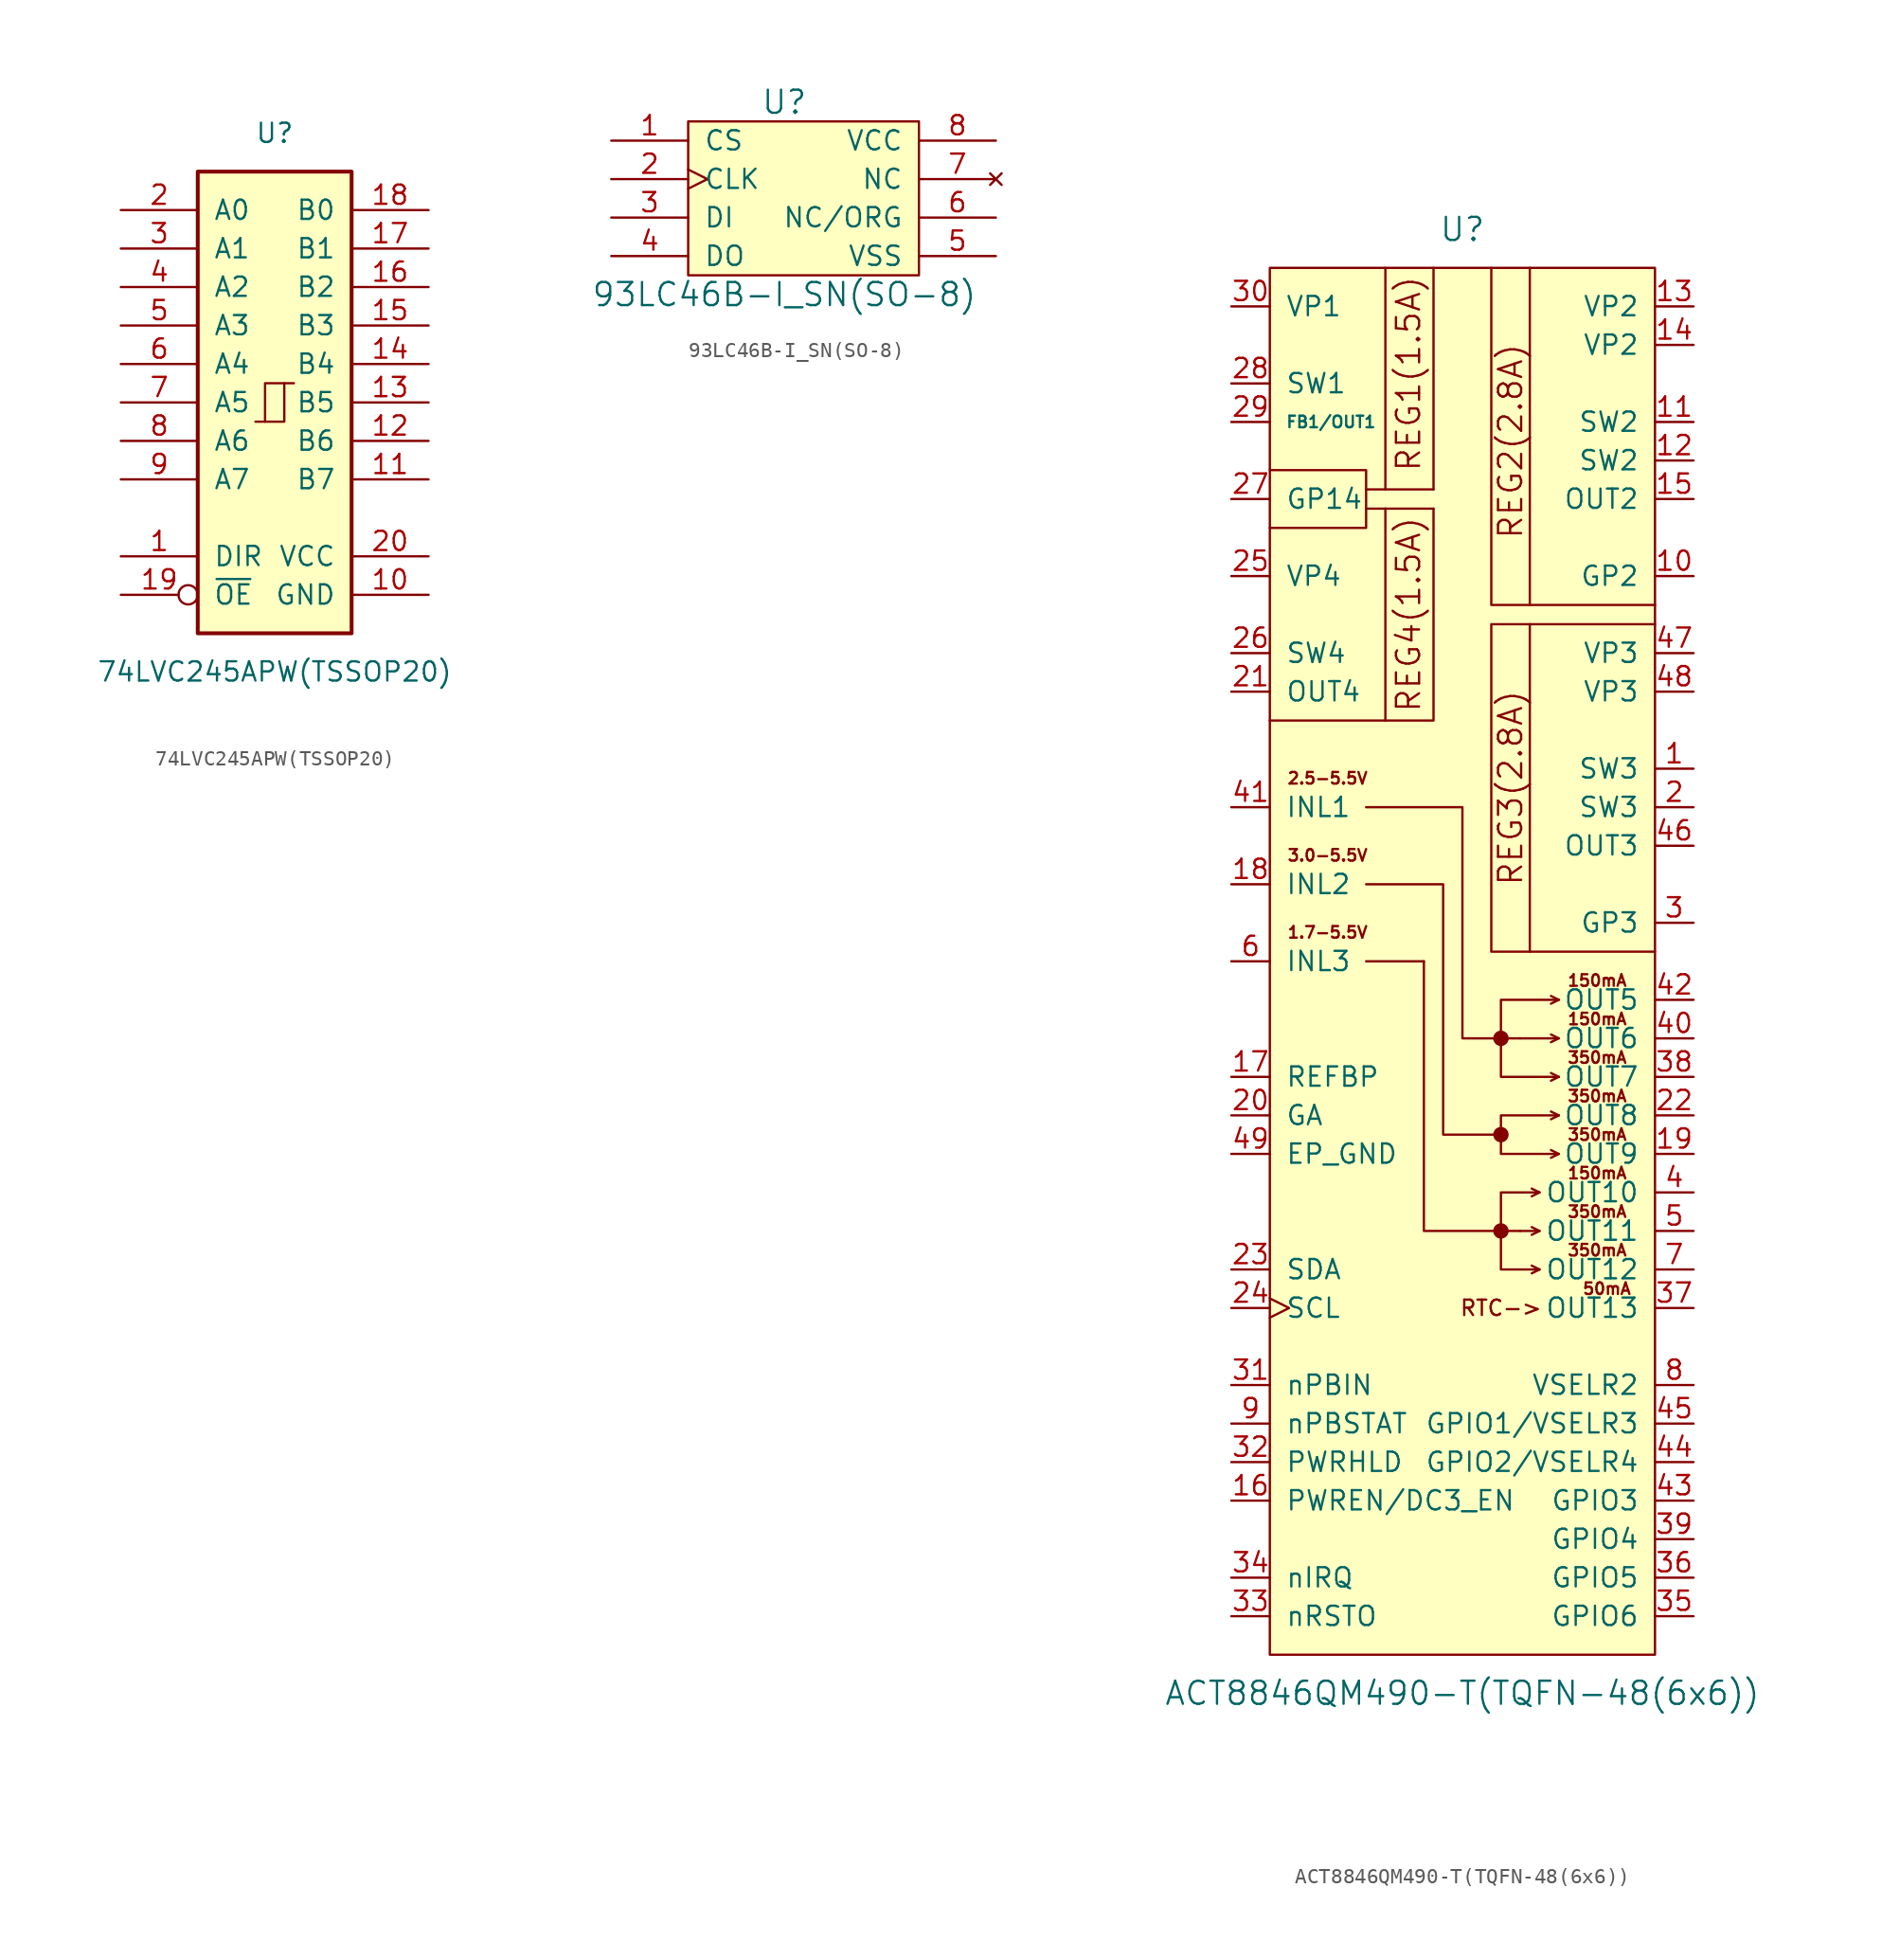
<source format=kicad_sym>
(kicad_symbol_lib
  (version 20220914)
  (generator kicad_symbol_editor)
  (symbol "74LVC245APW(TSSOP20)"
    (pin_names
      (offset 1.016))
    (property "Reference" "U"
      (at 0 17.78 0)
      (effects (font (size 1.27 1.27))))
    (property "Value" "74LVC245APW(TSSOP20)"
      (at 0 -17.78 0)
      (effects (font (size 1.27 1.27))))
    (symbol "74LVC245APW(TSSOP20)_1_0"
      (polyline (pts (xy -0.635 -1.27) (xy -0.635 1.27) (xy 0.635 1.27)) (stroke (width 0) (type solid)) (fill (type none)))
      (polyline (pts (xy -1.27 -1.27) (xy 0.635 -1.27) (xy 0.635 1.27) (xy 1.27 1.27)) (stroke (width 0) (type solid)) (fill (type none)))
      (pin input line (at -10.16 -10.16 0) (length 5.08) (name "DIR" (effects (font (size 1.27 1.27)))) (number "1" (effects (font (size 1.27 1.27)))))
      (pin power_in line (at 10.16 -12.7 180) (length 5.08) (name "GND" (effects (font (size 1.27 1.27)))) (number "10" (effects (font (size 1.27 1.27)))))
      (pin tri_state line (at 10.16 -5.08 180) (length 5.08) (name "B7" (effects (font (size 1.27 1.27)))) (number "11" (effects (font (size 1.27 1.27)))))
      (pin tri_state line (at 10.16 -2.54 180) (length 5.08) (name "B6" (effects (font (size 1.27 1.27)))) (number "12" (effects (font (size 1.27 1.27)))))
      (pin tri_state line (at 10.16 0 180) (length 5.08) (name "B5" (effects (font (size 1.27 1.27)))) (number "13" (effects (font (size 1.27 1.27)))))
      (pin tri_state line (at 10.16 2.54 180) (length 5.08) (name "B4" (effects (font (size 1.27 1.27)))) (number "14" (effects (font (size 1.27 1.27)))))
      (pin tri_state line (at 10.16 5.08 180) (length 5.08) (name "B3" (effects (font (size 1.27 1.27)))) (number "15" (effects (font (size 1.27 1.27)))))
      (pin tri_state line (at 10.16 7.62 180) (length 5.08) (name "B2" (effects (font (size 1.27 1.27)))) (number "16" (effects (font (size 1.27 1.27)))))
      (pin tri_state line (at 10.16 10.16 180) (length 5.08) (name "B1" (effects (font (size 1.27 1.27)))) (number "17" (effects (font (size 1.27 1.27)))))
      (pin tri_state line (at 10.16 12.7 180) (length 5.08) (name "B0" (effects (font (size 1.27 1.27)))) (number "18" (effects (font (size 1.27 1.27)))))
      (pin input inverted (at -10.16 -12.7 0) (length 5.08) (name "~{OE}" (effects (font (size 1.27 1.27)))) (number "19" (effects (font (size 1.27 1.27)))))
      (pin tri_state line (at -10.16 12.7 0) (length 5.08) (name "A0" (effects (font (size 1.27 1.27)))) (number "2" (effects (font (size 1.27 1.27)))))
      (pin power_in line (at 10.16 -10.16 180) (length 5.08) (name "VCC" (effects (font (size 1.27 1.27)))) (number "20" (effects (font (size 1.27 1.27)))))
      (pin tri_state line (at -10.16 10.16 0) (length 5.08) (name "A1" (effects (font (size 1.27 1.27)))) (number "3" (effects (font (size 1.27 1.27)))))
      (pin tri_state line (at -10.16 7.62 0) (length 5.08) (name "A2" (effects (font (size 1.27 1.27)))) (number "4" (effects (font (size 1.27 1.27)))))
      (pin tri_state line (at -10.16 5.08 0) (length 5.08) (name "A3" (effects (font (size 1.27 1.27)))) (number "5" (effects (font (size 1.27 1.27)))))
      (pin tri_state line (at -10.16 2.54 0) (length 5.08) (name "A4" (effects (font (size 1.27 1.27)))) (number "6" (effects (font (size 1.27 1.27)))))
      (pin tri_state line (at -10.16 0 0) (length 5.08) (name "A5" (effects (font (size 1.27 1.27)))) (number "7" (effects (font (size 1.27 1.27)))))
      (pin tri_state line (at -10.16 -2.54 0) (length 5.08) (name "A6" (effects (font (size 1.27 1.27)))) (number "8" (effects (font (size 1.27 1.27)))))
      (pin tri_state line (at -10.16 -5.08 0) (length 5.08) (name "A7" (effects (font (size 1.27 1.27)))) (number "9" (effects (font (size 1.27 1.27))))))
    (symbol "74LVC245APW(TSSOP20)_1_1"
      (rectangle (start -5.08 15.24) (end 5.08 -15.24) (stroke (width 0.254) (type solid)) (fill (type background)))))
  (symbol "93LC46B-I_SN(SO-8)"
    (pin_names
      (offset 1.016))
    (property "Reference" "U"
      (at -1.27 5.08 0)
      (effects (font (size 1.524 1.524))))
    (property "Value" "93LC46B-I_SN(SO-8)"
      (at -1.27 -7.62 0)
      (effects (font (size 1.524 1.524))))
    (symbol "93LC46B-I_SN(SO-8)_0_1"
      (rectangle (start -7.62 3.81) (end 7.62 -6.35) (stroke (width 0) (type solid)) (fill (type background))))
    (symbol "93LC46B-I_SN(SO-8)_1_1"
      (pin input line (at -12.7 2.54 0) (length 5.08) (name "CS" (effects (font (size 1.27 1.27)))) (number "1" (effects (font (size 1.27 1.27)))))
      (pin input clock (at -12.7 0 0) (length 5.08) (name "CLK" (effects (font (size 1.27 1.27)))) (number "2" (effects (font (size 1.27 1.27)))))
      (pin input line (at -12.7 -2.54 0) (length 5.08) (name "DI" (effects (font (size 1.27 1.27)))) (number "3" (effects (font (size 1.27 1.27)))))
      (pin output line (at -12.7 -5.08 0) (length 5.08) (name "DO" (effects (font (size 1.27 1.27)))) (number "4" (effects (font (size 1.27 1.27)))))
      (pin power_in line (at 12.7 -5.08 180) (length 5.08) (name "VSS" (effects (font (size 1.27 1.27)))) (number "5" (effects (font (size 1.27 1.27)))))
      (pin input line (at 12.7 -2.54 180) (length 5.08) (name "NC/ORG" (effects (font (size 1.27 1.27)))) (number "6" (effects (font (size 1.27 1.27)))))
      (pin no_connect line (at 12.7 0 180) (length 5.08) (name "NC" (effects (font (size 1.27 1.27)))) (number "7" (effects (font (size 1.27 1.27)))))
      (pin power_in line (at 12.7 2.54 180) (length 5.08) (name "VCC" (effects (font (size 1.27 1.27)))) (number "8" (effects (font (size 1.27 1.27)))))))
  (symbol "ACT8846QM490-T(TQFN-48(6x6))"
    (pin_names
      (offset 1.016))
    (property "Reference" "U"
      (at 0 48.26 0)
      (effects (font (size 1.524 1.524))))
    (property "Value" "ACT8846QM490-T(TQFN-48(6x6))"
      (at 0 -48.26 0)
      (effects (font (size 1.524 1.524))))
    (symbol "ACT8846QM490-T(TQFN-48(6x6))_0_0"
      (polyline (pts (xy -5.08 29.845) (xy -6.35 29.845)) (stroke (width 0) (type solid)) (fill (type none)))
      (polyline (pts (xy -5.08 31.115) (xy -6.35 31.115)) (stroke (width 0) (type solid)) (fill (type none)))
      (polyline (pts (xy -5.08 31.115) (xy -5.08 45.72)) (stroke (width 0) (type solid)) (fill (type none)))
      (polyline (pts (xy -2.54 0) (xy -6.35 0)) (stroke (width 0) (type solid)) (fill (type none)))
      (polyline (pts (xy -1.905 29.845) (xy -5.08 29.845)) (stroke (width 0) (type solid)) (fill (type none)))
      (polyline (pts (xy -1.905 31.115) (xy -5.08 31.115)) (stroke (width 0) (type solid)) (fill (type none)))
      (polyline (pts (xy -1.905 31.115) (xy -1.905 45.72)) (stroke (width 0) (type solid)) (fill (type none)))
      (polyline (pts (xy 3.81 -17.78) (xy 5.08 -17.78)) (stroke (width 0) (type solid)) (fill (type none)))
      (polyline (pts (xy 3.81 -5.08) (xy 6.35 -5.08)) (stroke (width 0) (type solid)) (fill (type none)))
      (polyline (pts (xy 5.08 -20.32) (xy 4.572 -20.574)) (stroke (width 0) (type solid)) (fill (type none)))
      (polyline (pts (xy 5.08 -20.32) (xy 4.572 -20.066)) (stroke (width 0) (type solid)) (fill (type none)))
      (polyline (pts (xy 5.08 -17.78) (xy 4.572 -18.034)) (stroke (width 0) (type solid)) (fill (type none)))
      (polyline (pts (xy 5.08 -17.78) (xy 4.572 -17.526)) (stroke (width 0) (type solid)) (fill (type none)))
      (polyline (pts (xy 5.08 -15.24) (xy 4.572 -15.494)) (stroke (width 0) (type solid)) (fill (type none)))
      (polyline (pts (xy 5.08 -15.24) (xy 4.572 -14.986)) (stroke (width 0) (type solid)) (fill (type none)))
      (polyline (pts (xy 5.842 -2.286) (xy 6.35 -2.54)) (stroke (width 0) (type solid)) (fill (type none)))
      (polyline (pts (xy 6.35 -12.7) (xy 5.842 -12.954)) (stroke (width 0) (type solid)) (fill (type none)))
      (polyline (pts (xy 6.35 -12.7) (xy 5.842 -12.446)) (stroke (width 0) (type solid)) (fill (type none)))
      (polyline (pts (xy 6.35 -10.16) (xy 5.842 -10.414)) (stroke (width 0) (type solid)) (fill (type none)))
      (polyline (pts (xy 6.35 -10.16) (xy 5.842 -9.906)) (stroke (width 0) (type solid)) (fill (type none)))
      (polyline (pts (xy 6.35 -7.62) (xy 5.842 -7.874)) (stroke (width 0) (type solid)) (fill (type none)))
      (polyline (pts (xy 6.35 -7.62) (xy 5.842 -7.366)) (stroke (width 0) (type solid)) (fill (type none)))
      (polyline (pts (xy 6.35 -5.08) (xy 5.842 -5.334)) (stroke (width 0) (type solid)) (fill (type none)))
      (polyline (pts (xy 6.35 -5.08) (xy 5.842 -4.826)) (stroke (width 0) (type solid)) (fill (type none)))
      (polyline (pts (xy 6.35 -2.54) (xy 5.842 -2.794)) (stroke (width 0) (type solid)) (fill (type none)))
      (polyline (pts (xy -1.905 29.845) (xy -1.905 15.875) (xy -5.08 15.875)) (stroke (width 0) (type solid)) (fill (type none)))
      (polyline (pts (xy 3.81 -17.78) (xy -2.54 -17.78) (xy -2.54 0)) (stroke (width 0) (type solid)) (fill (type none)))
      (polyline (pts (xy 12.7 23.495) (xy 4.445 23.495) (xy 4.445 45.72)) (stroke (width 0) (type solid)) (fill (type none)))
      (polyline (pts (xy -12.7 32.385) (xy -6.35 32.385) (xy -6.35 28.575) (xy -12.7 28.575)) (stroke (width 0) (type solid)) (fill (type none)))
      (polyline (pts (xy 1.905 45.72) (xy 1.905 23.495) (xy 3.175 23.495) (xy 4.445 23.495)) (stroke (width 0) (type solid)) (fill (type none)))
      (polyline (pts (xy 2.54 -11.43) (xy -1.27 -11.43) (xy -1.27 5.08) (xy -6.35 5.08)) (stroke (width 0) (type solid)) (fill (type none)))
      (polyline (pts (xy 3.81 -5.08) (xy 0 -5.08) (xy 0 10.16) (xy -6.35 10.16)) (stroke (width 0) (type solid)) (fill (type none)))
      (polyline (pts (xy 4.445 22.225) (xy 1.905 22.225) (xy 1.905 0.635) (xy 4.445 0.635)) (stroke (width 0) (type solid)) (fill (type none)))
      (polyline (pts (xy 5.08 -15.24) (xy 2.54 -15.24) (xy 2.54 -20.32) (xy 5.08 -20.32)) (stroke (width 0) (type solid)) (fill (type none)))
      (polyline (pts (xy 6.35 -12.7) (xy 2.54 -12.7) (xy 2.54 -10.16) (xy 6.35 -10.16)) (stroke (width 0) (type solid)) (fill (type none)))
      (polyline (pts (xy 6.35 -7.62) (xy 2.54 -7.62) (xy 2.54 -2.54) (xy 6.35 -2.54)) (stroke (width 0) (type solid)) (fill (type none)))
      (polyline (pts (xy 12.7 22.225) (xy 4.445 22.225) (xy 4.445 0.635) (xy 12.7 0.635)) (stroke (width 0) (type solid)) (fill (type none)))
      (circle (center 2.54 -17.78) (radius 0.254) (stroke (width 0.508) (type solid)) (fill (type none)))
      (circle (center 2.54 -11.43) (radius 0.254) (stroke (width 0.508) (type solid)) (fill (type none)))
      (circle (center 2.54 -5.08) (radius 0.254) (stroke (width 0.508) (type solid)) (fill (type none)))
      (text "1.7-5.5V" (at -8.89 1.905 0) (effects (font (size 0.762 0.762))))
      (text "150mA" (at 8.89 -13.97 0) (effects (font (size 0.762 0.762))))
      (text "150mA" (at 8.89 -3.81 0) (effects (font (size 0.762 0.762))))
      (text "150mA" (at 8.89 -1.27 0) (effects (font (size 0.762 0.762))))
      (text "2.5-5.5V" (at -8.89 12.065 0) (effects (font (size 0.762 0.762))))
      (text "3.0-5.5V" (at -8.89 6.985 0) (effects (font (size 0.762 0.762))))
      (text "350mA" (at 8.89 -19.05 0) (effects (font (size 0.762 0.762))))
      (text "350mA" (at 8.89 -16.51 0) (effects (font (size 0.762 0.762))))
      (text "350mA" (at 8.89 -11.43 0) (effects (font (size 0.762 0.762))))
      (text "350mA" (at 8.89 -8.89 0) (effects (font (size 0.762 0.762))))
      (text "350mA" (at 8.89 -6.35 0) (effects (font (size 0.762 0.762))))
      (text "50mA" (at 9.525 -21.59 0) (effects (font (size 0.762 0.762))))
      (text "REG1(1.5A)" (at -3.556 38.735 900) (effects (font (size 1.524 1.524))))
      (text "REG2(2.8A)" (at 3.175 34.29 900) (effects (font (size 1.524 1.524))))
      (text "REG3(2.8A)" (at 3.175 11.43 900) (effects (font (size 1.524 1.524))))
      (text "REG4(1.5A)" (at -3.556 22.86 900) (effects (font (size 1.524 1.524))))
      (text "RTC->" (at 2.54 -22.86 0) (effects (font (size 1.016 1.016)))))
    (symbol "ACT8846QM490-T(TQFN-48(6x6))_0_1"
      (rectangle (start -12.7 45.72) (end 12.7 -45.72) (stroke (width 0) (type solid)) (fill (type background)))
      (polyline (pts (xy -12.7 15.875) (xy -5.08 15.875) (xy -5.08 29.845)) (stroke (width 0) (type solid)) (fill (type none))))
    (symbol "ACT8846QM490-T(TQFN-48(6x6))_1_1"
      (pin output line (at 15.24 12.7 180) (length 2.54) (name "SW3" (effects (font (size 1.27 1.27)))) (number "1" (effects (font (size 1.27 1.27)))))
      (pin power_in line (at 15.24 25.4 180) (length 2.54) (name "GP2" (effects (font (size 1.27 1.27)))) (number "10" (effects (font (size 1.27 1.27)))))
      (pin output line (at 15.24 35.56 180) (length 2.54) (name "SW2" (effects (font (size 1.27 1.27)))) (number "11" (effects (font (size 1.27 1.27)))))
      (pin input line (at 15.24 33.02 180) (length 2.54) (name "SW2" (effects (font (size 1.27 1.27)))) (number "12" (effects (font (size 1.27 1.27)))))
      (pin power_in line (at 15.24 43.18 180) (length 2.54) (name "VP2" (effects (font (size 1.27 1.27)))) (number "13" (effects (font (size 1.27 1.27)))))
      (pin power_in line (at 15.24 40.64 180) (length 2.54) (name "VP2" (effects (font (size 1.27 1.27)))) (number "14" (effects (font (size 1.27 1.27)))))
      (pin power_out line (at 15.24 30.48 180) (length 2.54) (name "OUT2" (effects (font (size 1.27 1.27)))) (number "15" (effects (font (size 1.27 1.27)))))
      (pin input line (at -15.24 -35.56 0) (length 2.54) (name "PWREN/DC3_EN" (effects (font (size 1.27 1.27)))) (number "16" (effects (font (size 1.27 1.27)))))
      (pin passive line (at -15.24 -7.62 0) (length 2.54) (name "REFBP" (effects (font (size 1.27 1.27)))) (number "17" (effects (font (size 1.27 1.27)))))
      (pin power_in line (at -15.24 5.08 0) (length 2.54) (name "INL2" (effects (font (size 1.27 1.27)))) (number "18" (effects (font (size 1.27 1.27)))))
      (pin power_out line (at 15.24 -12.7 180) (length 2.54) (name "OUT9" (effects (font (size 1.27 1.27)))) (number "19" (effects (font (size 1.27 1.27)))))
      (pin input line (at 15.24 10.16 180) (length 2.54) (name "SW3" (effects (font (size 1.27 1.27)))) (number "2" (effects (font (size 1.27 1.27)))))
      (pin power_in line (at -15.24 -10.16 0) (length 2.54) (name "GA" (effects (font (size 1.27 1.27)))) (number "20" (effects (font (size 1.27 1.27)))))
      (pin power_out line (at -15.24 17.78 0) (length 2.54) (name "OUT4" (effects (font (size 1.27 1.27)))) (number "21" (effects (font (size 1.27 1.27)))))
      (pin power_out line (at 15.24 -10.16 180) (length 2.54) (name "OUT8" (effects (font (size 1.27 1.27)))) (number "22" (effects (font (size 1.27 1.27)))))
      (pin input line (at -15.24 -20.32 0) (length 2.54) (name "SDA" (effects (font (size 1.27 1.27)))) (number "23" (effects (font (size 1.27 1.27)))))
      (pin input clock (at -15.24 -22.86 0) (length 2.54) (name "SCL" (effects (font (size 1.27 1.27)))) (number "24" (effects (font (size 1.27 1.27)))))
      (pin power_in line (at -15.24 25.4 0) (length 2.54) (name "VP4" (effects (font (size 1.27 1.27)))) (number "25" (effects (font (size 1.27 1.27)))))
      (pin output line (at -15.24 20.32 0) (length 2.54) (name "SW4" (effects (font (size 1.27 1.27)))) (number "26" (effects (font (size 1.27 1.27)))))
      (pin power_in line (at -15.24 30.48 0) (length 2.54) (name "GP14" (effects (font (size 1.27 1.27)))) (number "27" (effects (font (size 1.27 1.27)))))
      (pin output line (at -15.24 38.1 0) (length 2.54) (name "SW1" (effects (font (size 1.27 1.27)))) (number "28" (effects (font (size 1.27 1.27)))))
      (pin input line (at -15.24 35.56 0) (length 2.54) (name "FB1/OUT1" (effects (font (size 0.762 0.762)))) (number "29" (effects (font (size 1.27 1.27)))))
      (pin power_in line (at 15.24 2.54 180) (length 2.54) (name "GP3" (effects (font (size 1.27 1.27)))) (number "3" (effects (font (size 1.27 1.27)))))
      (pin power_in line (at -15.24 43.18 0) (length 2.54) (name "VP1" (effects (font (size 1.27 1.27)))) (number "30" (effects (font (size 1.27 1.27)))))
      (pin input line (at -15.24 -27.94 0) (length 2.54) (name "nPBIN" (effects (font (size 1.27 1.27)))) (number "31" (effects (font (size 1.27 1.27)))))
      (pin input line (at -15.24 -33.02 0) (length 2.54) (name "PWRHLD" (effects (font (size 1.27 1.27)))) (number "32" (effects (font (size 1.27 1.27)))))
      (pin open_collector line (at -15.24 -43.18 0) (length 2.54) (name "nRSTO" (effects (font (size 1.27 1.27)))) (number "33" (effects (font (size 1.27 1.27)))))
      (pin open_collector line (at -15.24 -40.64 0) (length 2.54) (name "nIRQ" (effects (font (size 1.27 1.27)))) (number "34" (effects (font (size 1.27 1.27)))))
      (pin bidirectional line (at 15.24 -43.18 180) (length 2.54) (name "GPIO6" (effects (font (size 1.27 1.27)))) (number "35" (effects (font (size 1.27 1.27)))))
      (pin bidirectional line (at 15.24 -40.64 180) (length 2.54) (name "GPIO5" (effects (font (size 1.27 1.27)))) (number "36" (effects (font (size 1.27 1.27)))))
      (pin power_out line (at 15.24 -22.86 180) (length 2.54) (name "OUT13" (effects (font (size 1.27 1.27)))) (number "37" (effects (font (size 1.27 1.27)))))
      (pin power_out line (at 15.24 -7.62 180) (length 2.54) (name "OUT7" (effects (font (size 1.27 1.27)))) (number "38" (effects (font (size 1.27 1.27)))))
      (pin bidirectional line (at 15.24 -38.1 180) (length 2.54) (name "GPIO4" (effects (font (size 1.27 1.27)))) (number "39" (effects (font (size 1.27 1.27)))))
      (pin power_out line (at 15.24 -15.24 180) (length 2.54) (name "OUT10" (effects (font (size 1.27 1.27)))) (number "4" (effects (font (size 1.27 1.27)))))
      (pin power_out line (at 15.24 -5.08 180) (length 2.54) (name "OUT6" (effects (font (size 1.27 1.27)))) (number "40" (effects (font (size 1.27 1.27)))))
      (pin power_in line (at -15.24 10.16 0) (length 2.54) (name "INL1" (effects (font (size 1.27 1.27)))) (number "41" (effects (font (size 1.27 1.27)))))
      (pin power_out line (at 15.24 -2.54 180) (length 2.54) (name "OUT5" (effects (font (size 1.27 1.27)))) (number "42" (effects (font (size 1.27 1.27)))))
      (pin bidirectional line (at 15.24 -35.56 180) (length 2.54) (name "GPIO3" (effects (font (size 1.27 1.27)))) (number "43" (effects (font (size 1.27 1.27)))))
      (pin bidirectional line (at 15.24 -33.02 180) (length 2.54) (name "GPIO2/VSELR4" (effects (font (size 1.27 1.27)))) (number "44" (effects (font (size 1.27 1.27)))))
      (pin bidirectional line (at 15.24 -30.48 180) (length 2.54) (name "GPIO1/VSELR3" (effects (font (size 1.27 1.27)))) (number "45" (effects (font (size 1.27 1.27)))))
      (pin power_out line (at 15.24 7.62 180) (length 2.54) (name "OUT3" (effects (font (size 1.27 1.27)))) (number "46" (effects (font (size 1.27 1.27)))))
      (pin power_in line (at 15.24 20.32 180) (length 2.54) (name "VP3" (effects (font (size 1.27 1.27)))) (number "47" (effects (font (size 1.27 1.27)))))
      (pin power_in line (at 15.24 17.78 180) (length 2.54) (name "VP3" (effects (font (size 1.27 1.27)))) (number "48" (effects (font (size 1.27 1.27)))))
      (pin power_in line (at -15.24 -12.7 0) (length 2.54) (name "EP_GND" (effects (font (size 1.27 1.27)))) (number "49" (effects (font (size 1.27 1.27)))))
      (pin power_out line (at 15.24 -17.78 180) (length 2.54) (name "OUT11" (effects (font (size 1.27 1.27)))) (number "5" (effects (font (size 1.27 1.27)))))
      (pin power_in line (at -15.24 0 0) (length 2.54) (name "INL3" (effects (font (size 1.27 1.27)))) (number "6" (effects (font (size 1.27 1.27)))))
      (pin power_out line (at 15.24 -20.32 180) (length 2.54) (name "OUT12" (effects (font (size 1.27 1.27)))) (number "7" (effects (font (size 1.27 1.27)))))
      (pin input line (at 15.24 -27.94 180) (length 2.54) (name "VSELR2" (effects (font (size 1.27 1.27)))) (number "8" (effects (font (size 1.27 1.27)))))
      (pin open_collector line (at -15.24 -30.48 0) (length 2.54) (name "nPBSTAT" (effects (font (size 1.27 1.27)))) (number "9" (effects (font (size 1.27 1.27))))))))
</source>
